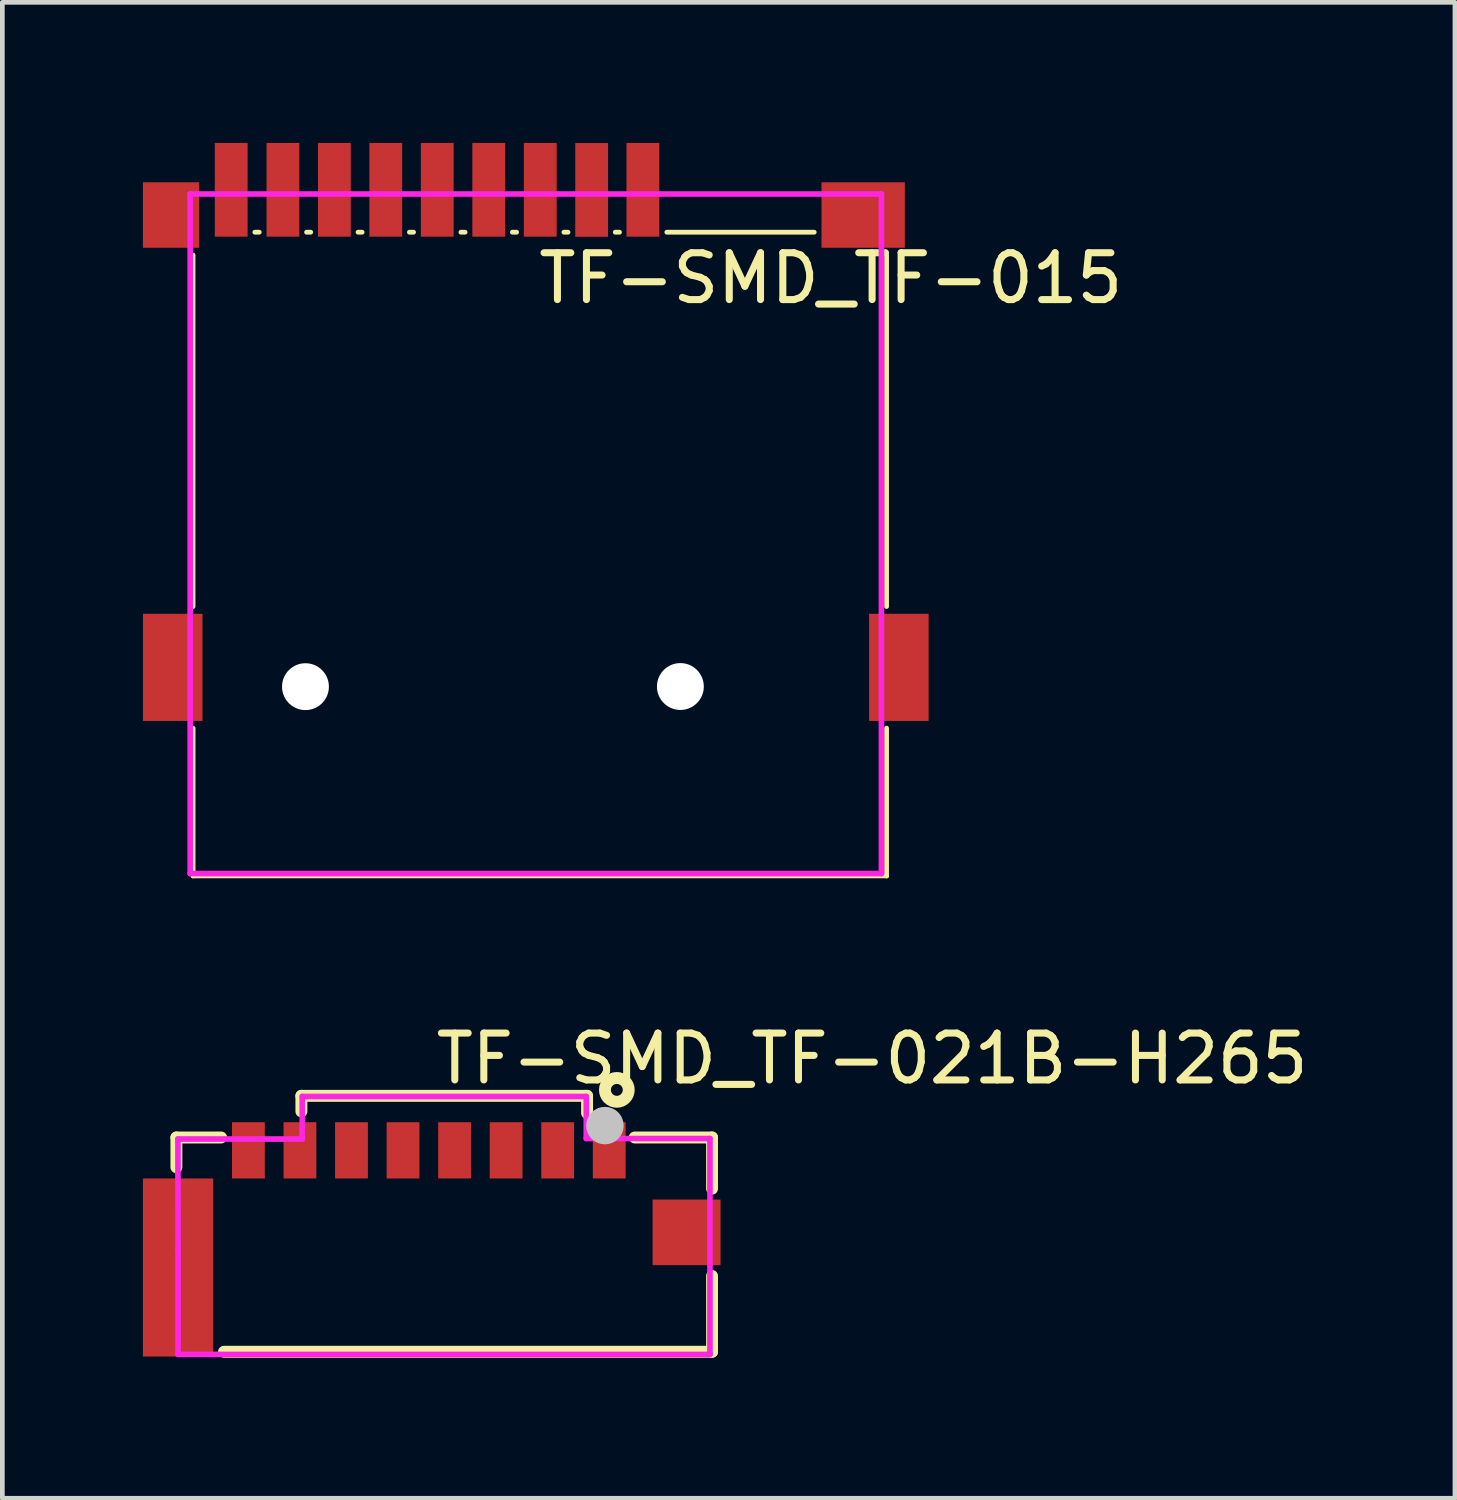
<source format=kicad_pcb>
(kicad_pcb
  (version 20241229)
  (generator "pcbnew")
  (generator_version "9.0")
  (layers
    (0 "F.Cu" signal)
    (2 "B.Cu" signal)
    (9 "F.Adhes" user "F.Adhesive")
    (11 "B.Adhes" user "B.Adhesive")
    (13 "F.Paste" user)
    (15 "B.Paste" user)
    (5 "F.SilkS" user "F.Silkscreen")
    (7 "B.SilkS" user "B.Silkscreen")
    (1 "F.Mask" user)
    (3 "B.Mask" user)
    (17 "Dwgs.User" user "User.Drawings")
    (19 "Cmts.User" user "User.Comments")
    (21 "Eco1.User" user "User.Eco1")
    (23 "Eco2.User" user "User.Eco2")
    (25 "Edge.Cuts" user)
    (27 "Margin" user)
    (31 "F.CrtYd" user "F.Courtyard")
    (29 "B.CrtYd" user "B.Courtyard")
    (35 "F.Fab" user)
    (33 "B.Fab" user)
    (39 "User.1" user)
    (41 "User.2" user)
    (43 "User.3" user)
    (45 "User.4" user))
  (footprint "TF-SMD_TF-021B-H265"
    (layer "F.Cu")
    (at 6.175 22.746)
    (property "Reference" "TF-SMD_TF-021B-H265" (at 0 -3.207 0) (layer "F.SilkS") (effects (font (size 1 1) (thickness 0.15)) (justify left)))
    (attr through_hole)
    (fp_line (start -5.461 -1.524) (end -5.461 -0.889) (stroke (width 0.254) (type solid)) (layer "F.SilkS"))
    (fp_line (start -5.461 -1.524) (end -4.506 -1.524) (stroke (width 0.254) (type solid)) (layer "F.SilkS"))
    (fp_line (start -2.794 -2.413) (end 3.302 -2.413) (stroke (width 0.254) (type solid)) (layer "F.SilkS"))
    (fp_line (start -2.794 -2.081) (end -2.794 -2.413) (stroke (width 0.254) (type solid)) (layer "F.SilkS"))
    (fp_line (start 3.302 -2.413) (end 3.302 -2.045) (stroke (width 0.254) (type solid)) (layer "F.SilkS"))
    (fp_line (start 4.318 -1.524) (end 5.969 -1.524) (stroke (width 0.254) (type solid)) (layer "F.SilkS"))
    (fp_line (start 5.969 -1.524) (end 5.969 -0.431) (stroke (width 0.254) (type solid)) (layer "F.SilkS"))
    (fp_line (start 5.969 1.431) (end 5.969 3.048) (stroke (width 0.254) (type solid)) (layer "F.SilkS"))
    (fp_line (start 5.969 3.048) (end -4.445 3.048) (stroke (width 0.254) (type solid)) (layer "F.SilkS"))
    (fp_circle (center 3.937 -2.54) (end 4.191 -2.54) (stroke (width 0.254) (type solid)) (fill no) (layer "F.SilkS"))
    (fp_circle (center 3.683 -1.778) (end 3.883 -1.778) (stroke (width 0.4) (type solid)) (fill no) (layer "Dwgs.User"))
    (fp_circle (center 5.924 -2.399) (end 5.954 -2.399) (stroke (width 0.06) (type solid)) (fill no) (layer "Eco2.User"))
    (fp_poly (pts (xy -5.475 2.75) (xy -5.475 -0.25) (xy -4.675 -0.25) (xy -4.675 2.75)) (stroke (width 0.12) (type solid)) (fill no) (layer "Eco2.User"))
    (fp_poly (pts (xy -3.775 -1.675) (xy -3.775 -0.825) (xy -4.075 -0.825) (xy -4.075 -1.675)) (stroke (width 0.12) (type solid)) (fill no) (layer "Eco2.User"))
    (fp_poly (pts (xy -2.675 -1.675) (xy -2.675 -0.825) (xy -2.975 -0.825) (xy -2.975 -1.675)) (stroke (width 0.12) (type solid)) (fill no) (layer "Eco2.User"))
    (fp_poly (pts (xy -1.575 -1.675) (xy -1.575 -0.825) (xy -1.875 -0.825) (xy -1.875 -1.675)) (stroke (width 0.12) (type solid)) (fill no) (layer "Eco2.User"))
    (fp_poly (pts (xy -0.475 -1.675) (xy -0.475 -0.825) (xy -0.775 -0.825) (xy -0.775 -1.675)) (stroke (width 0.12) (type solid)) (fill no) (layer "Eco2.User"))
    (fp_poly (pts (xy 0.625 -1.675) (xy 0.625 -0.825) (xy 0.325 -0.825) (xy 0.325 -1.675)) (stroke (width 0.12) (type solid)) (fill no) (layer "Eco2.User"))
    (fp_poly (pts (xy 1.725 -1.675) (xy 1.725 -0.825) (xy 1.425 -0.825) (xy 1.425 -1.675)) (stroke (width 0.12) (type solid)) (fill no) (layer "Eco2.User"))
    (fp_poly (pts (xy 2.825 -1.675) (xy 2.825 -0.825) (xy 2.525 -0.825) (xy 2.525 -1.675)) (stroke (width 0.12) (type solid)) (fill no) (layer "Eco2.User"))
    (fp_poly (pts (xy 3.925 -1.675) (xy 3.925 -0.825) (xy 3.625 -0.825) (xy 3.625 -1.675)) (stroke (width 0.12) (type solid)) (fill no) (layer "Eco2.User"))
    (fp_poly (pts (xy 4.7 1.05) (xy 4.7 -0.05) (xy 5.9 -0.05) (xy 5.9 1.05)) (stroke (width 0.12) (type solid)) (fill no) (layer "Eco2.User"))
    (fp_line (start -5.429 -1.491) (end -2.776 -1.491) (stroke (width 0.12) (type solid)) (layer "F.CrtYd"))
    (fp_line (start -5.425 0.863) (end -5.429 -1.491) (stroke (width 0.12) (type solid)) (layer "F.CrtYd"))
    (fp_line (start -5.425 3.104) (end -5.425 0.863) (stroke (width 0.12) (type solid)) (layer "F.CrtYd"))
    (fp_line (start -2.776 -2.399) (end 3.285 -2.399) (stroke (width 0.12) (type solid)) (layer "F.CrtYd"))
    (fp_line (start -2.776 -1.491) (end -2.776 -2.399) (stroke (width 0.12) (type solid)) (layer "F.CrtYd"))
    (fp_line (start 3.285 -2.399) (end 3.285 -1.502) (stroke (width 0.12) (type solid)) (layer "F.CrtYd"))
    (fp_line (start 3.285 -1.502) (end 5.924 -1.502) (stroke (width 0.12) (type solid)) (layer "F.CrtYd"))
    (fp_line (start 5.924 -1.502) (end 5.924 3.104) (stroke (width 0.12) (type solid)) (layer "F.CrtYd"))
    (fp_line (start 5.924 3.104) (end -5.425 3.104) (stroke (width 0.12) (type solid)) (layer "F.CrtYd"))
    (pad "1" smd rect (at 3.775 -1.25 90) (size 1.2 0.7) (layers "F.Cu" "F.Mask" "F.Paste"))
    (pad "2" smd rect (at 2.675 -1.25 90) (size 1.2 0.7) (layers "F.Cu" "F.Mask" "F.Paste"))
    (pad "3" smd rect (at 1.575 -1.25 90) (size 1.2 0.7) (layers "F.Cu" "F.Mask" "F.Paste"))
    (pad "4" smd rect (at 0.475 -1.25 90) (size 1.2 0.7) (layers "F.Cu" "F.Mask" "F.Paste"))
    (pad "5" smd rect (at -0.625 -1.25 90) (size 1.2 0.7) (layers "F.Cu" "F.Mask" "F.Paste"))
    (pad "6" smd rect (at -1.725 -1.25 90) (size 1.2 0.7) (layers "F.Cu" "F.Mask" "F.Paste"))
    (pad "7" smd rect (at -2.825 -1.25 90) (size 1.2 0.7) (layers "F.Cu" "F.Mask" "F.Paste"))
    (pad "8" smd rect (at -3.925 -1.25 90) (size 1.2 0.7) (layers "F.Cu" "F.Mask" "F.Paste"))
    (pad "9" smd rect (at -5.425 1.25 270) (size 3.8 1.5) (layers "F.Cu" "F.Mask" "F.Paste"))
    (pad "10" smd rect (at 5.425 0.5 270) (size 1.4 1.45) (layers "F.Cu" "F.Mask" "F.Paste")))
  (footprint "TF-SMD_TF-015"
    (layer "F.Cu")
    (at 8.365 6.095)
    (property "Reference" "TF-SMD_TF-015" (at 0 -3.207 0) (layer "F.SilkS") (effects (font (size 1 1) (thickness 0.15)) (justify left)))
    (attr through_hole)
    (fp_line (start -7.296 3.797) (end -7.296 -3.703) (stroke (width 0.102) (type solid)) (layer "F.SilkS"))
    (fp_line (start -7.295 6.393) (end -7.295 9.545) (stroke (width 0.102) (type solid)) (layer "F.SilkS"))
    (fp_line (start -7.295 9.545) (end 7.503 9.545) (stroke (width 0.102) (type solid)) (layer "F.SilkS"))
    (fp_line (start -5.977 -4.19) (end -5.883 -4.19) (stroke (width 0.102) (type solid)) (layer "F.SilkS"))
    (fp_line (start -4.873 -4.19) (end -4.785 -4.19) (stroke (width 0.102) (type solid)) (layer "F.SilkS"))
    (fp_line (start -3.775 -4.19) (end -3.688 -4.19) (stroke (width 0.102) (type solid)) (layer "F.SilkS"))
    (fp_line (start -2.679 -4.19) (end -2.59 -4.19) (stroke (width 0.102) (type solid)) (layer "F.SilkS"))
    (fp_line (start -1.58 -4.19) (end -1.491 -4.19) (stroke (width 0.102) (type solid)) (layer "F.SilkS"))
    (fp_line (start -0.482 -4.19) (end -0.392 -4.19) (stroke (width 0.102) (type solid)) (layer "F.SilkS"))
    (fp_line (start 0.618 -4.19) (end 0.705 -4.19) (stroke (width 0.102) (type solid)) (layer "F.SilkS"))
    (fp_line (start 1.714 -4.19) (end 1.804 -4.19) (stroke (width 0.102) (type solid)) (layer "F.SilkS"))
    (fp_line (start 2.814 -4.19) (end 5.959 -4.19) (stroke (width 0.102) (type solid)) (layer "F.SilkS"))
    (fp_line (start 7.503 -3.703) (end 7.503 3.797) (stroke (width 0.102) (type solid)) (layer "F.SilkS"))
    (fp_line (start 7.503 9.545) (end 7.503 6.393) (stroke (width 0.102) (type solid)) (layer "F.SilkS"))
    (fp_line (start 7.503 9.545) (end 7.503 9.545) (stroke (width 0.102) (type solid)) (layer "F.SilkS"))
    (fp_circle (center -4.897 5.507) (end -4.697 5.507) (stroke (width 0.4) (type solid)) (fill no) (layer "Dwgs.User"))
    (fp_circle (center 3.103 5.504) (end 3.303 5.504) (stroke (width 0.4) (type solid)) (fill no) (layer "Dwgs.User"))
    (fp_circle (center 7.993 -5.555) (end 8.023 -5.555) (stroke (width 0.06) (type solid)) (fill no) (layer "Eco2.User"))
    (fp_poly (pts (xy -7.957 -5.057) (xy -7.308 -5.057) (xy -7.308 -4.057) (xy -7.957 -4.057)) (stroke (width 0.12) (type solid)) (fill no) (layer "Eco2.User"))
    (fp_poly (pts (xy -7.308 5.895) (xy -7.957 5.895) (xy -7.957 4.295) (xy -7.308 4.295)) (stroke (width 0.12) (type solid)) (fill no) (layer "Eco2.User"))
    (fp_poly (pts (xy -6.632 -5.555) (xy -6.332 -5.555) (xy -6.332 -4.555) (xy -6.632 -4.555)) (stroke (width 0.12) (type solid)) (fill no) (layer "Eco2.User"))
    (fp_poly (pts (xy -5.528 -5.555) (xy -5.228 -5.555) (xy -5.228 -4.555) (xy -5.528 -4.555)) (stroke (width 0.12) (type solid)) (fill no) (layer "Eco2.User"))
    (fp_poly (pts (xy -4.43 -5.555) (xy -4.13 -5.555) (xy -4.13 -4.555) (xy -4.43 -4.555)) (stroke (width 0.12) (type solid)) (fill no) (layer "Eco2.User"))
    (fp_poly (pts (xy -3.333 -5.555) (xy -3.033 -5.555) (xy -3.033 -4.555) (xy -3.333 -4.555)) (stroke (width 0.12) (type solid)) (fill no) (layer "Eco2.User"))
    (fp_poly (pts (xy -2.235 -5.555) (xy -1.935 -5.555) (xy -1.935 -4.555) (xy -2.235 -4.555)) (stroke (width 0.12) (type solid)) (fill no) (layer "Eco2.User"))
    (fp_poly (pts (xy -1.136 -5.555) (xy -0.836 -5.555) (xy -0.836 -4.555) (xy -1.136 -4.555)) (stroke (width 0.12) (type solid)) (fill no) (layer "Eco2.User"))
    (fp_poly (pts (xy -0.037 -5.555) (xy 0.263 -5.555) (xy 0.263 -4.555) (xy -0.037 -4.555)) (stroke (width 0.12) (type solid)) (fill no) (layer "Eco2.User"))
    (fp_poly (pts (xy 1.06 -5.555) (xy 1.36 -5.555) (xy 1.36 -4.555) (xy 1.06 -4.555)) (stroke (width 0.12) (type solid)) (fill no) (layer "Eco2.User"))
    (fp_poly (pts (xy 2.159 -5.555) (xy 2.459 -5.555) (xy 2.459 -4.555) (xy 2.159 -4.555)) (stroke (width 0.12) (type solid)) (fill no) (layer "Eco2.User"))
    (fp_poly (pts (xy 7.231 -4.057) (xy 6.581 -4.057) (xy 6.581 -5.057) (xy 7.231 -5.057)) (stroke (width 0.12) (type solid)) (fill no) (layer "Eco2.User"))
    (fp_poly (pts (xy 7.343 4.295) (xy 7.993 4.295) (xy 7.993 5.895) (xy 7.343 5.895)) (stroke (width 0.12) (type solid)) (fill no) (layer "Eco2.User"))
    (fp_line (start -7.357 -5.005) (end 7.393 -5.005) (stroke (width 0.12) (type solid)) (layer "F.CrtYd"))
    (fp_line (start -7.357 9.495) (end -7.357 -5.005) (stroke (width 0.12) (type solid)) (layer "F.CrtYd"))
    (fp_line (start 7.393 -5.005) (end 7.393 9.495) (stroke (width 0.12) (type solid)) (layer "F.CrtYd"))
    (fp_line (start 7.393 9.495) (end -7.357 9.495) (stroke (width 0.12) (type solid)) (layer "F.CrtYd"))
    (pad "" np_thru_hole circle (at -4.897 5.507) (size 1 1) (drill 1) (layers "*.Cu" "*.Mask"))
    (pad "" np_thru_hole circle (at 3.103 5.504) (size 1 1) (drill 1) (layers "*.Cu" "*.Mask"))
    (pad "1" smd rect (at 2.303 -5.095) (size 0.7 2) (layers "F.Cu" "F.Mask" "F.Paste"))
    (pad "2" smd rect (at 1.21 -5.093) (size 0.7 2) (layers "F.Cu" "F.Mask" "F.Paste"))
    (pad "3" smd rect (at 0.113 -5.095) (size 0.7 2) (layers "F.Cu" "F.Mask" "F.Paste"))
    (pad "4" smd rect (at -0.986 -5.095) (size 0.7 2) (layers "F.Cu" "F.Mask" "F.Paste"))
    (pad "5" smd rect (at -2.085 -5.095) (size 0.7 2) (layers "F.Cu" "F.Mask" "F.Paste"))
    (pad "6" smd rect (at -3.183 -5.095) (size 0.7 2) (layers "F.Cu" "F.Mask" "F.Paste"))
    (pad "7" smd rect (at -4.28 -5.095) (size 0.7 2) (layers "F.Cu" "F.Mask" "F.Paste"))
    (pad "8" smd rect (at -5.378 -5.095) (size 0.7 2) (layers "F.Cu" "F.Mask" "F.Paste"))
    (pad "9" smd rect (at -6.482 -5.095) (size 0.7 2) (layers "F.Cu" "F.Mask" "F.Paste"))
    (pad "10" smd rect (at -7.765 -4.557) (size 1.2 1.397) (layers "F.Cu" "F.Mask" "F.Paste"))
    (pad "11" smd rect (at -7.729 5.095) (size 1.27 2.286) (layers "F.Cu" "F.Mask" "F.Paste"))
    (pad "12" smd rect (at 7.765 5.095) (size 1.27 2.286) (layers "F.Cu" "F.Mask" "F.Paste"))
    (pad "13" smd rect (at 7.003 -4.557) (size 1.778 1.397) (layers "F.Cu" "F.Mask" "F.Paste")))
  (gr_rect
    (start -3 -3)
    (end 27.996 28.921)
    (stroke (width 0.1) (type default))
    (fill no)
    (layer "Edge.Cuts")))
</source>
